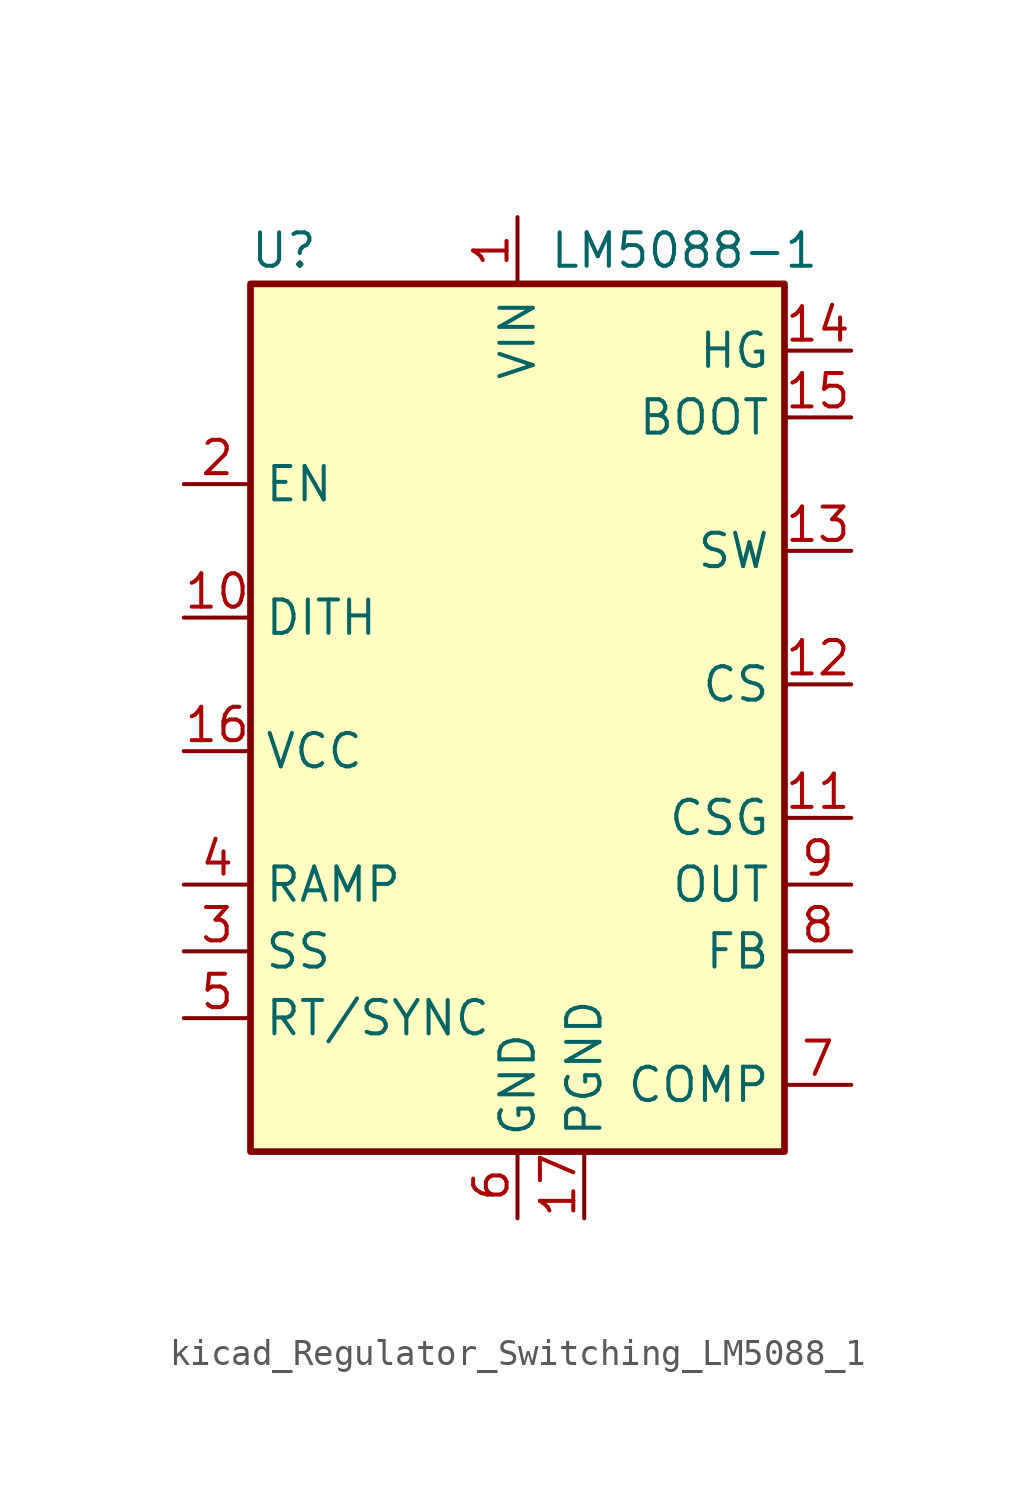
<source format=kicad_sym>
(kicad_symbol_lib
  (version 20220914)
  (generator kicad_symbol_editor)
  (symbol "kicad_Regulator_Switching_LM5088_1"
    (property "Reference" "U"
      (at -8.89 16.51 0)
      (effects (font (size 1.27 1.27))))
    (property "Value" "LM5088-1"
      (at 6.35 16.51 0)
      (effects (font (size 1.27 1.27))))
    (symbol "kicad_Regulator_Switching_LM5088_1_0_1"
      (rectangle (start -10.16 15.24) (end 10.16 -17.78) (stroke (width 0.254) (type default)) (fill (type background))))
    (symbol "kicad_Regulator_Switching_LM5088_1_1_1"
      (pin power_in line (at 0 17.78 270) (length 2.54) (name "VIN" (effects (font (size 1.27 1.27)))) (number "1" (effects (font (size 1.27 1.27)))))
      (pin passive line (at -12.7 2.54 0) (length 2.54) (name "DITH" (effects (font (size 1.27 1.27)))) (number "10" (effects (font (size 1.27 1.27)))))
      (pin passive line (at 12.7 -5.08 180) (length 2.54) (name "CSG" (effects (font (size 1.27 1.27)))) (number "11" (effects (font (size 1.27 1.27)))))
      (pin input line (at 12.7 0 180) (length 2.54) (name "CS" (effects (font (size 1.27 1.27)))) (number "12" (effects (font (size 1.27 1.27)))))
      (pin output line (at 12.7 5.08 180) (length 2.54) (name "SW" (effects (font (size 1.27 1.27)))) (number "13" (effects (font (size 1.27 1.27)))))
      (pin output line (at 12.7 12.7 180) (length 2.54) (name "HG" (effects (font (size 1.27 1.27)))) (number "14" (effects (font (size 1.27 1.27)))))
      (pin passive line (at 12.7 10.16 180) (length 2.54) (name "BOOT" (effects (font (size 1.27 1.27)))) (number "15" (effects (font (size 1.27 1.27)))))
      (pin power_out line (at -12.7 -2.54 0) (length 2.54) (name "VCC" (effects (font (size 1.27 1.27)))) (number "16" (effects (font (size 1.27 1.27)))))
      (pin passive line (at 2.54 -20.32 90) (length 2.54) (name "PGND" (effects (font (size 1.27 1.27)))) (number "17" (effects (font (size 1.27 1.27)))))
      (pin input line (at -12.7 7.62 0) (length 2.54) (name "EN" (effects (font (size 1.27 1.27)))) (number "2" (effects (font (size 1.27 1.27)))))
      (pin input line (at -12.7 -10.16 0) (length 2.54) (name "SS" (effects (font (size 1.27 1.27)))) (number "3" (effects (font (size 1.27 1.27)))))
      (pin passive line (at -12.7 -7.62 0) (length 2.54) (name "RAMP" (effects (font (size 1.27 1.27)))) (number "4" (effects (font (size 1.27 1.27)))))
      (pin passive line (at -12.7 -12.7 0) (length 2.54) (name "RT/SYNC" (effects (font (size 1.27 1.27)))) (number "5" (effects (font (size 1.27 1.27)))))
      (pin power_in line (at 0 -20.32 90) (length 2.54) (name "GND" (effects (font (size 1.27 1.27)))) (number "6" (effects (font (size 1.27 1.27)))))
      (pin passive line (at 12.7 -15.24 180) (length 2.54) (name "COMP" (effects (font (size 1.27 1.27)))) (number "7" (effects (font (size 1.27 1.27)))))
      (pin input line (at 12.7 -10.16 180) (length 2.54) (name "FB" (effects (font (size 1.27 1.27)))) (number "8" (effects (font (size 1.27 1.27)))))
      (pin input line (at 12.7 -7.62 180) (length 2.54) (name "OUT" (effects (font (size 1.27 1.27)))) (number "9" (effects (font (size 1.27 1.27))))))))
</source>
